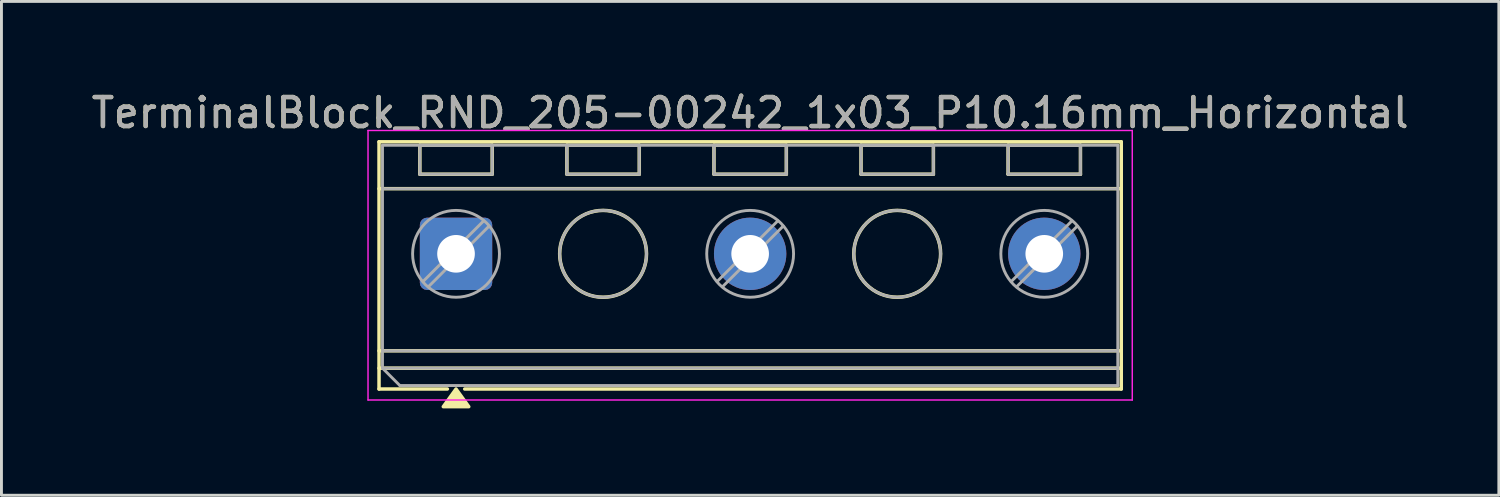
<source format=kicad_pcb>
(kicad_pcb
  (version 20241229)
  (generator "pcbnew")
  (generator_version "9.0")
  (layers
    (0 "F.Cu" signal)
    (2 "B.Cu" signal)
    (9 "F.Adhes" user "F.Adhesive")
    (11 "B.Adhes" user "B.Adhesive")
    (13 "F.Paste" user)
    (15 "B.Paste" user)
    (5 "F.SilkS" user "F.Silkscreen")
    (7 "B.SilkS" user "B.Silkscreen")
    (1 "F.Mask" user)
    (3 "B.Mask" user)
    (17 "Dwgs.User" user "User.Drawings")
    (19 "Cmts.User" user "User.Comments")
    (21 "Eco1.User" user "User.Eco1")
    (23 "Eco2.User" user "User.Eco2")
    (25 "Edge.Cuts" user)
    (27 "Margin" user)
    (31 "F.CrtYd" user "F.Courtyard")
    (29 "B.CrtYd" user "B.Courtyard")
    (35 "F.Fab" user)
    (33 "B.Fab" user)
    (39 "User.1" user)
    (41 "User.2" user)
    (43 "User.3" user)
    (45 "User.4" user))
  (footprint "TerminalBlock_RND_205-00242_1x03_P10.16mm_Horizontal"
    (layer "F.Cu")
    (at 12.703 5.718)
    (property "Reference" "TerminalBlock_RND_205-00242_1x03_P10.16mm_Horizontal" (at 10.16 -4.87 0) (layer "F.SilkS") (effects (font (size 1 1) (thickness 0.15))))
    (attr through_hole)
    (fp_line (start -2.66 -3.87) (end -2.66 4.67) (stroke (width 0.12) (type solid)) (layer "F.SilkS"))
    (fp_line (start -2.66 -3.87) (end 22.98 -3.87) (stroke (width 0.12) (type solid)) (layer "F.SilkS"))
    (fp_line (start -2.66 -2.25) (end 22.98 -2.25) (stroke (width 0.12) (type solid)) (layer "F.SilkS"))
    (fp_line (start -2.66 3.35) (end 22.98 3.35) (stroke (width 0.12) (type solid)) (layer "F.SilkS"))
    (fp_line (start -2.66 3.95) (end 22.98 3.95) (stroke (width 0.12) (type solid)) (layer "F.SilkS"))
    (fp_line (start -2.66 4.67) (end -0.3 4.67) (stroke (width 0.12) (type solid)) (layer "F.SilkS"))
    (fp_line (start -1.25 -3.75) (end -1.25 -2.75) (stroke (width 0.12) (type solid)) (layer "F.SilkS"))
    (fp_line (start -1.25 -3.75) (end 1.25 -3.75) (stroke (width 0.12) (type solid)) (layer "F.SilkS"))
    (fp_line (start -1.25 -2.75) (end 1.25 -2.75) (stroke (width 0.12) (type solid)) (layer "F.SilkS"))
    (fp_line (start 0.3 4.67) (end 22.98 4.67) (stroke (width 0.12) (type solid)) (layer "F.SilkS"))
    (fp_line (start 1.25 -3.75) (end 1.25 -2.75) (stroke (width 0.12) (type solid)) (layer "F.SilkS"))
    (fp_line (start 3.83 -3.75) (end 3.83 -2.75) (stroke (width 0.12) (type solid)) (layer "F.SilkS"))
    (fp_line (start 3.83 -3.75) (end 6.33 -3.75) (stroke (width 0.12) (type solid)) (layer "F.SilkS"))
    (fp_line (start 3.83 -2.75) (end 6.33 -2.75) (stroke (width 0.12) (type solid)) (layer "F.SilkS"))
    (fp_line (start 6.33 -3.75) (end 6.33 -2.75) (stroke (width 0.12) (type solid)) (layer "F.SilkS"))
    (fp_line (start 8.91 -3.75) (end 8.91 -2.75) (stroke (width 0.12) (type solid)) (layer "F.SilkS"))
    (fp_line (start 8.91 -3.75) (end 11.41 -3.75) (stroke (width 0.12) (type solid)) (layer "F.SilkS"))
    (fp_line (start 8.91 -2.75) (end 11.41 -2.75) (stroke (width 0.12) (type solid)) (layer "F.SilkS"))
    (fp_line (start 11.41 -3.75) (end 11.41 -2.75) (stroke (width 0.12) (type solid)) (layer "F.SilkS"))
    (fp_line (start 13.99 -3.75) (end 13.99 -2.75) (stroke (width 0.12) (type solid)) (layer "F.SilkS"))
    (fp_line (start 13.99 -3.75) (end 16.49 -3.75) (stroke (width 0.12) (type solid)) (layer "F.SilkS"))
    (fp_line (start 13.99 -2.75) (end 16.49 -2.75) (stroke (width 0.12) (type solid)) (layer "F.SilkS"))
    (fp_line (start 16.49 -3.75) (end 16.49 -2.75) (stroke (width 0.12) (type solid)) (layer "F.SilkS"))
    (fp_line (start 19.07 -3.75) (end 19.07 -2.75) (stroke (width 0.12) (type solid)) (layer "F.SilkS"))
    (fp_line (start 19.07 -3.75) (end 21.57 -3.75) (stroke (width 0.12) (type solid)) (layer "F.SilkS"))
    (fp_line (start 19.07 -2.75) (end 21.57 -2.75) (stroke (width 0.12) (type solid)) (layer "F.SilkS"))
    (fp_line (start 21.57 -3.75) (end 21.57 -2.75) (stroke (width 0.12) (type solid)) (layer "F.SilkS"))
    (fp_line (start 22.98 -3.87) (end 22.98 4.67) (stroke (width 0.12) (type solid)) (layer "F.SilkS"))
    (fp_circle (center 5.08 0) (end 6.58 0) (stroke (width 0.12) (type solid)) (fill no) (layer "F.SilkS"))
    (fp_circle (center 15.24 0) (end 16.74 0) (stroke (width 0.12) (type solid)) (fill no) (layer "F.SilkS"))
    (fp_poly (pts (xy 0 4.67) (xy 0.44 5.28) (xy -0.44 5.28)) (stroke (width 0.12) (type solid)) (fill yes) (layer "F.SilkS"))
    (fp_line (start -3.04 -4.26) (end -3.04 5.05) (stroke (width 0.05) (type solid)) (layer "F.CrtYd"))
    (fp_line (start -3.04 5.05) (end 23.36 5.05) (stroke (width 0.05) (type solid)) (layer "F.CrtYd"))
    (fp_line (start 23.36 -4.26) (end -3.04 -4.26) (stroke (width 0.05) (type solid)) (layer "F.CrtYd"))
    (fp_line (start 23.36 5.05) (end 23.36 -4.26) (stroke (width 0.05) (type solid)) (layer "F.CrtYd"))
    (fp_line (start -2.54 -3.75) (end 22.86 -3.75) (stroke (width 0.1) (type solid)) (layer "F.Fab"))
    (fp_line (start -2.54 -2.25) (end 22.86 -2.25) (stroke (width 0.1) (type solid)) (layer "F.Fab"))
    (fp_line (start -2.54 3.35) (end 22.86 3.35) (stroke (width 0.1) (type solid)) (layer "F.Fab"))
    (fp_line (start -2.54 3.95) (end -2.54 -3.75) (stroke (width 0.1) (type solid)) (layer "F.Fab"))
    (fp_line (start -2.54 3.95) (end 22.86 3.95) (stroke (width 0.1) (type solid)) (layer "F.Fab"))
    (fp_line (start -1.94 4.55) (end -2.54 3.95) (stroke (width 0.1) (type solid)) (layer "F.Fab"))
    (fp_line (start -1.25 -3.75) (end -1.25 -2.75) (stroke (width 0.1) (type solid)) (layer "F.Fab"))
    (fp_line (start -1.25 -2.75) (end 1.25 -2.75) (stroke (width 0.1) (type solid)) (layer "F.Fab"))
    (fp_line (start 0.955 -1.138) (end -1.138 0.954) (stroke (width 0.1) (type solid)) (layer "F.Fab"))
    (fp_line (start 1.138 -0.954) (end -0.955 1.137) (stroke (width 0.1) (type solid)) (layer "F.Fab"))
    (fp_line (start 1.25 -3.75) (end -1.25 -3.75) (stroke (width 0.1) (type solid)) (layer "F.Fab"))
    (fp_line (start 1.25 -2.75) (end 1.25 -3.75) (stroke (width 0.1) (type solid)) (layer "F.Fab"))
    (fp_line (start 3.83 -3.75) (end 3.83 -2.75) (stroke (width 0.1) (type solid)) (layer "F.Fab"))
    (fp_line (start 3.83 -2.75) (end 6.33 -2.75) (stroke (width 0.1) (type solid)) (layer "F.Fab"))
    (fp_line (start 6.33 -3.75) (end 3.83 -3.75) (stroke (width 0.1) (type solid)) (layer "F.Fab"))
    (fp_line (start 6.33 -2.75) (end 6.33 -3.75) (stroke (width 0.1) (type solid)) (layer "F.Fab"))
    (fp_line (start 8.91 -3.75) (end 8.91 -2.75) (stroke (width 0.1) (type solid)) (layer "F.Fab"))
    (fp_line (start 8.91 -2.75) (end 11.41 -2.75) (stroke (width 0.1) (type solid)) (layer "F.Fab"))
    (fp_line (start 11.115 -1.138) (end 9.022 0.954) (stroke (width 0.1) (type solid)) (layer "F.Fab"))
    (fp_line (start 11.298 -0.954) (end 9.205 1.137) (stroke (width 0.1) (type solid)) (layer "F.Fab"))
    (fp_line (start 11.41 -3.75) (end 8.91 -3.75) (stroke (width 0.1) (type solid)) (layer "F.Fab"))
    (fp_line (start 11.41 -2.75) (end 11.41 -3.75) (stroke (width 0.1) (type solid)) (layer "F.Fab"))
    (fp_line (start 13.99 -3.75) (end 13.99 -2.75) (stroke (width 0.1) (type solid)) (layer "F.Fab"))
    (fp_line (start 13.99 -2.75) (end 16.49 -2.75) (stroke (width 0.1) (type solid)) (layer "F.Fab"))
    (fp_line (start 16.49 -3.75) (end 13.99 -3.75) (stroke (width 0.1) (type solid)) (layer "F.Fab"))
    (fp_line (start 16.49 -2.75) (end 16.49 -3.75) (stroke (width 0.1) (type solid)) (layer "F.Fab"))
    (fp_line (start 19.07 -3.75) (end 19.07 -2.75) (stroke (width 0.1) (type solid)) (layer "F.Fab"))
    (fp_line (start 19.07 -2.75) (end 21.57 -2.75) (stroke (width 0.1) (type solid)) (layer "F.Fab"))
    (fp_line (start 21.275 -1.138) (end 19.182 0.954) (stroke (width 0.1) (type solid)) (layer "F.Fab"))
    (fp_line (start 21.458 -0.954) (end 19.365 1.137) (stroke (width 0.1) (type solid)) (layer "F.Fab"))
    (fp_line (start 21.57 -3.75) (end 19.07 -3.75) (stroke (width 0.1) (type solid)) (layer "F.Fab"))
    (fp_line (start 21.57 -2.75) (end 21.57 -3.75) (stroke (width 0.1) (type solid)) (layer "F.Fab"))
    (fp_line (start 22.86 -3.75) (end 22.86 4.55) (stroke (width 0.1) (type solid)) (layer "F.Fab"))
    (fp_line (start 22.86 4.55) (end -1.94 4.55) (stroke (width 0.1) (type solid)) (layer "F.Fab"))
    (fp_circle (center 0 0) (end 1.5 0) (stroke (width 0.1) (type solid)) (fill no) (layer "F.Fab"))
    (fp_circle (center 5.08 0) (end 6.58 0) (stroke (width 0.1) (type solid)) (fill no) (layer "F.Fab"))
    (fp_circle (center 10.16 0) (end 11.66 0) (stroke (width 0.1) (type solid)) (fill no) (layer "F.Fab"))
    (fp_circle (center 15.24 0) (end 16.74 0) (stroke (width 0.1) (type solid)) (fill no) (layer "F.Fab"))
    (fp_circle (center 20.32 0) (end 21.82 0) (stroke (width 0.1) (type solid)) (fill no) (layer "F.Fab"))
    (fp_text user "${REFERENCE}" (at 10.16 -4.87 0) (layer "F.Fab") (effects (font (size 1 1) (thickness 0.15))))
    (pad "1" thru_hole roundrect (at 0 0) (size 2.5 2.5) (drill 1.3) (layers "*.Cu" "*.Mask") (roundrect_rratio 0.1))
    (pad "2" thru_hole circle (at 10.16 0) (size 2.5 2.5) (drill 1.3) (layers "*.Cu" "*.Mask"))
    (pad "3" thru_hole circle (at 20.32 0) (size 2.5 2.5) (drill 1.3) (layers "*.Cu" "*.Mask")))
  (gr_rect
    (start -3 -3)
    (end 48.726 14.058)
    (stroke (width 0.1) (type default))
    (fill no)
    (layer "Edge.Cuts")))
</source>
